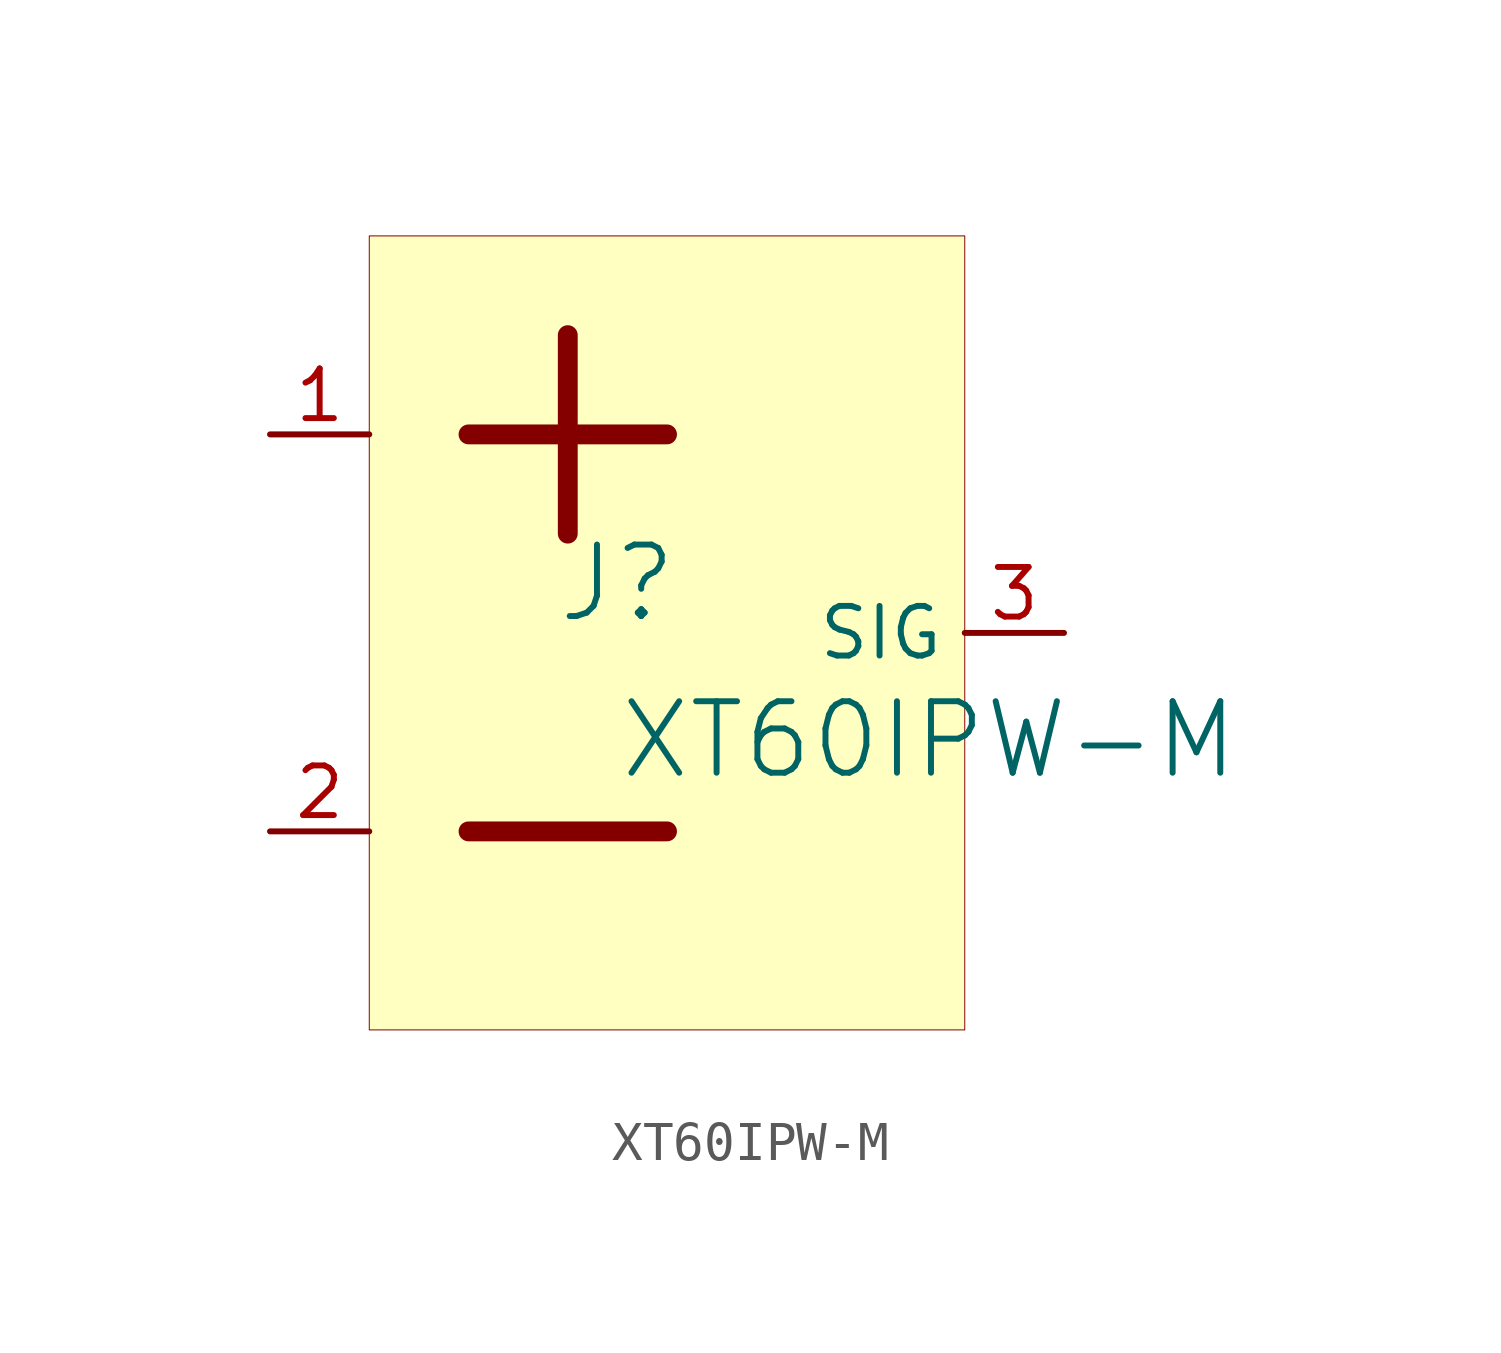
<source format=kicad_sym>
(kicad_symbol_lib
  (version 20231120)
  (generator "kicad_symbol_editor")
  (generator_version "8.0")
  (symbol "XT60IPW-M"
    (property "Reference" "J"
      (at -1.27 1.27 0)
      (effects (font (size 1.829 1.829))))
    (property "Value" "XT60IPW-M"
      (at -1.27 -3.81 0)
      (effects (font (size 1.829 1.829)) (justify left bottom)))
    (symbol "XT60IPW-M_1_0"
      (polyline (pts (xy -5.08 -5.08) (xy 0 -5.08)) (stroke (width 0.508) (type solid)) (fill (type none)))
      (polyline (pts (xy -5.08 5.08) (xy 0 5.08)) (stroke (width 0.508) (type solid)) (fill (type none)))
      (polyline (pts (xy -2.54 7.62) (xy -2.54 2.54)) (stroke (width 0.508) (type solid)) (fill (type none)))
      (rectangle (start 7.62 10.16) (end -7.62 -10.16) (stroke (width 0.025) (type solid) (color 128 0 0 1)) (fill (type background)))
      (pin power_in line (at -10.16 5.08 0) (length 2.54) (name "V+" (effects (font (size 0 0)))) (number "1" (effects (font (size 1.27 1.27)))))
      (pin power_in line (at -10.16 -5.08 0) (length 2.54) (name "V-" (effects (font (size 0 0)))) (number "2" (effects (font (size 1.27 1.27)))))
      (pin passive line (at 10.16 0 180) (length 2.54) (name "SIG" (effects (font (size 1.27 1.27)))) (number "3" (effects (font (size 1.27 1.27))))))))
</source>
